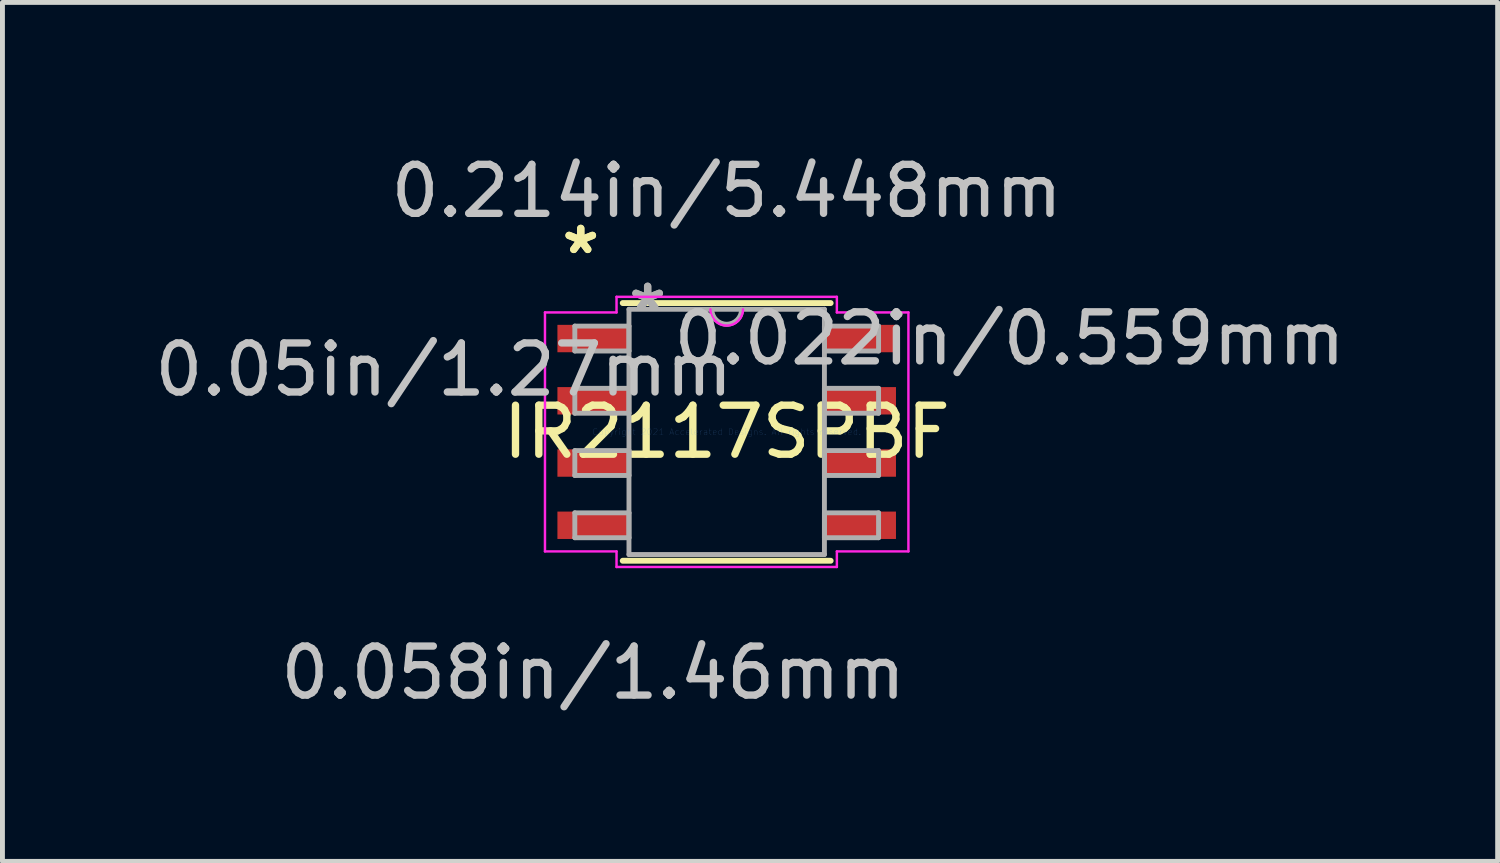
<source format=kicad_pcb>
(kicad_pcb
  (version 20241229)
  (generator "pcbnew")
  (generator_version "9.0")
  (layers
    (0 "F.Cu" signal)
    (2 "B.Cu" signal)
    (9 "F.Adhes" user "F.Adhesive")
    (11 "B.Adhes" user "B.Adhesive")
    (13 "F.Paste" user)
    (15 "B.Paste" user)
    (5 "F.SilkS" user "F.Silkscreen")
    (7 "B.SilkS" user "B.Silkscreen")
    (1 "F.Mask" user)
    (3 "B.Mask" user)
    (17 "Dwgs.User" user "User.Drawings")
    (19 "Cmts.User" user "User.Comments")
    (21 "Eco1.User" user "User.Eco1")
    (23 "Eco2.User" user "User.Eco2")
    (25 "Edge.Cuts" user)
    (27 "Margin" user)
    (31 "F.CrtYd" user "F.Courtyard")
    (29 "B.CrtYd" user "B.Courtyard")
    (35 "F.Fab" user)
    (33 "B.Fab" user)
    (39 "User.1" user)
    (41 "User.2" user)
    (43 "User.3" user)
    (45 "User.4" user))
  (footprint "IR2117SPBF"
    (layer "F.Cu")
    (at 11.778 5.763)
    (property "Reference" "IR2117SPBF" (at 0 0 0) (layer "F.SilkS") (effects (font (size 1 1) (thickness 0.15))))
    (attr through_hole)
    (fp_line (start -2.121 2.629) (end 2.121 2.629) (stroke (width 0.12) (type solid)) (layer "F.SilkS"))
    (fp_line (start 2.121 -2.629) (end -2.121 -2.629) (stroke (width 0.12) (type solid)) (layer "F.SilkS"))
    (fp_line (start -3.708 -2.438) (end -2.248 -2.438) (stroke (width 0.05) (type solid)) (layer "F.CrtYd"))
    (fp_line (start -3.708 2.438) (end -3.708 -2.438) (stroke (width 0.05) (type solid)) (layer "F.CrtYd"))
    (fp_line (start -2.248 -2.756) (end 2.248 -2.756) (stroke (width 0.05) (type solid)) (layer "F.CrtYd"))
    (fp_line (start -2.248 -2.438) (end -2.248 -2.756) (stroke (width 0.05) (type solid)) (layer "F.CrtYd"))
    (fp_line (start -2.248 2.438) (end -3.708 2.438) (stroke (width 0.05) (type solid)) (layer "F.CrtYd"))
    (fp_line (start -2.248 2.756) (end -2.248 2.438) (stroke (width 0.05) (type solid)) (layer "F.CrtYd"))
    (fp_line (start 2.248 -2.756) (end 2.248 -2.438) (stroke (width 0.05) (type solid)) (layer "F.CrtYd"))
    (fp_line (start 2.248 -2.438) (end 3.708 -2.438) (stroke (width 0.05) (type solid)) (layer "F.CrtYd"))
    (fp_line (start 2.248 2.438) (end 2.248 2.756) (stroke (width 0.05) (type solid)) (layer "F.CrtYd"))
    (fp_line (start 2.248 2.756) (end -2.248 2.756) (stroke (width 0.05) (type solid)) (layer "F.CrtYd"))
    (fp_line (start 3.708 -2.438) (end 3.708 2.438) (stroke (width 0.05) (type solid)) (layer "F.CrtYd"))
    (fp_line (start 3.708 2.438) (end 2.248 2.438) (stroke (width 0.05) (type solid)) (layer "F.CrtYd"))
    (fp_arc (start 0.332317 -2.5019) (mid 0 -2.169583) (end -0.332317 -2.5019) (stroke (width 0.05) (type solid)) (layer "F.CrtYd"))
    (fp_line (start -3.099 -2.159) (end -3.099 -1.651) (stroke (width 0.1) (type solid)) (layer "F.Fab"))
    (fp_line (start -3.099 -1.651) (end -1.994 -1.651) (stroke (width 0.1) (type solid)) (layer "F.Fab"))
    (fp_line (start -3.099 -0.889) (end -3.099 -0.381) (stroke (width 0.1) (type solid)) (layer "F.Fab"))
    (fp_line (start -3.099 -0.381) (end -1.994 -0.381) (stroke (width 0.1) (type solid)) (layer "F.Fab"))
    (fp_line (start -3.099 0.381) (end -3.099 0.889) (stroke (width 0.1) (type solid)) (layer "F.Fab"))
    (fp_line (start -3.099 0.889) (end -1.994 0.889) (stroke (width 0.1) (type solid)) (layer "F.Fab"))
    (fp_line (start -3.099 1.651) (end -3.099 2.159) (stroke (width 0.1) (type solid)) (layer "F.Fab"))
    (fp_line (start -3.099 2.159) (end -1.994 2.159) (stroke (width 0.1) (type solid)) (layer "F.Fab"))
    (fp_line (start -1.994 -2.502) (end -1.994 2.502) (stroke (width 0.1) (type solid)) (layer "F.Fab"))
    (fp_line (start -1.994 -2.159) (end -3.099 -2.159) (stroke (width 0.1) (type solid)) (layer "F.Fab"))
    (fp_line (start -1.994 -1.651) (end -1.994 -2.159) (stroke (width 0.1) (type solid)) (layer "F.Fab"))
    (fp_line (start -1.994 -0.889) (end -3.099 -0.889) (stroke (width 0.1) (type solid)) (layer "F.Fab"))
    (fp_line (start -1.994 -0.381) (end -1.994 -0.889) (stroke (width 0.1) (type solid)) (layer "F.Fab"))
    (fp_line (start -1.994 0.381) (end -3.099 0.381) (stroke (width 0.1) (type solid)) (layer "F.Fab"))
    (fp_line (start -1.994 0.889) (end -1.994 0.381) (stroke (width 0.1) (type solid)) (layer "F.Fab"))
    (fp_line (start -1.994 1.651) (end -3.099 1.651) (stroke (width 0.1) (type solid)) (layer "F.Fab"))
    (fp_line (start -1.994 2.159) (end -1.994 1.651) (stroke (width 0.1) (type solid)) (layer "F.Fab"))
    (fp_line (start -1.994 2.502) (end 1.994 2.502) (stroke (width 0.1) (type solid)) (layer "F.Fab"))
    (fp_line (start 1.994 -2.502) (end -1.994 -2.502) (stroke (width 0.1) (type solid)) (layer "F.Fab"))
    (fp_line (start 1.994 -2.159) (end 1.994 -1.651) (stroke (width 0.1) (type solid)) (layer "F.Fab"))
    (fp_line (start 1.994 -1.651) (end 3.099 -1.651) (stroke (width 0.1) (type solid)) (layer "F.Fab"))
    (fp_line (start 1.994 -0.889) (end 1.994 -0.381) (stroke (width 0.1) (type solid)) (layer "F.Fab"))
    (fp_line (start 1.994 -0.381) (end 3.099 -0.381) (stroke (width 0.1) (type solid)) (layer "F.Fab"))
    (fp_line (start 1.994 0.381) (end 1.994 0.889) (stroke (width 0.1) (type solid)) (layer "F.Fab"))
    (fp_line (start 1.994 0.889) (end 3.099 0.889) (stroke (width 0.1) (type solid)) (layer "F.Fab"))
    (fp_line (start 1.994 1.651) (end 1.994 2.159) (stroke (width 0.1) (type solid)) (layer "F.Fab"))
    (fp_line (start 1.994 2.159) (end 3.099 2.159) (stroke (width 0.1) (type solid)) (layer "F.Fab"))
    (fp_line (start 1.994 2.502) (end 1.994 -2.502) (stroke (width 0.1) (type solid)) (layer "F.Fab"))
    (fp_line (start 3.099 -2.159) (end 1.994 -2.159) (stroke (width 0.1) (type solid)) (layer "F.Fab"))
    (fp_line (start 3.099 -1.651) (end 3.099 -2.159) (stroke (width 0.1) (type solid)) (layer "F.Fab"))
    (fp_line (start 3.099 -0.889) (end 1.994 -0.889) (stroke (width 0.1) (type solid)) (layer "F.Fab"))
    (fp_line (start 3.099 -0.381) (end 3.099 -0.889) (stroke (width 0.1) (type solid)) (layer "F.Fab"))
    (fp_line (start 3.099 0.381) (end 1.994 0.381) (stroke (width 0.1) (type solid)) (layer "F.Fab"))
    (fp_line (start 3.099 0.889) (end 3.099 0.381) (stroke (width 0.1) (type solid)) (layer "F.Fab"))
    (fp_line (start 3.099 1.651) (end 1.994 1.651) (stroke (width 0.1) (type solid)) (layer "F.Fab"))
    (fp_line (start 3.099 2.159) (end 3.099 1.651) (stroke (width 0.1) (type solid)) (layer "F.Fab"))
    (fp_arc (start 0.3048 -2.5019) (mid 0 -2.1971) (end -0.3048 -2.5019) (stroke (width 0.1) (type solid)) (layer "F.Fab"))
    (fp_text user "*" (at -2.978 -3.607 0) (layer "F.SilkS") (effects (font (size 1 1) (thickness 0.15))))
    (fp_text user "*" (at -2.978 -3.607 0) (layer "F.SilkS") (effects (font (size 1 1) (thickness 0.15))))
    (fp_text user "0.058in/1.46mm" (at -2.724 4.915 0) (layer "Dwgs.User") (effects (font (size 1 1) (thickness 0.15))))
    (fp_text user "0.05in/1.27mm" (at -5.772 -1.27 0) (layer "Dwgs.User") (effects (font (size 1 1) (thickness 0.15))))
    (fp_text user "0.022in/0.559mm" (at 5.772 -1.905 0) (layer "Dwgs.User") (effects (font (size 1 1) (thickness 0.15))))
    (fp_text user "0.214in/5.448mm" (at 0 -4.915 0) (layer "Dwgs.User") (effects (font (size 1 1) (thickness 0.15))))
    (fp_text user "Copyright 2021 Accelerated Designs. All rights reserved." (at 0 0 0) (layer "Cmts.User") (effects (font (size 0.127 0.127) (thickness 0.002))))
    (fp_text user "*" (at -1.613 -2.426 0) (layer "F.Fab") (effects (font (size 1 1) (thickness 0.15))))
    (fp_text user "*" (at -1.613 -2.426 0) (layer "F.Fab") (effects (font (size 1 1) (thickness 0.15))))
    (pad "1" smd rect (at -2.724 -1.905) (size 1.46 0.559) (layers "F.Cu" "F.Mask" "F.Paste"))
    (pad "2" smd rect (at -2.724 -0.635) (size 1.46 0.559) (layers "F.Cu" "F.Mask" "F.Paste"))
    (pad "3" smd rect (at -2.724 0.635) (size 1.46 0.559) (layers "F.Cu" "F.Mask" "F.Paste"))
    (pad "4" smd rect (at -2.724 1.905) (size 1.46 0.559) (layers "F.Cu" "F.Mask" "F.Paste"))
    (pad "5" smd rect (at 2.724 1.905) (size 1.46 0.559) (layers "F.Cu" "F.Mask" "F.Paste"))
    (pad "6" smd rect (at 2.724 0.635) (size 1.46 0.559) (layers "F.Cu" "F.Mask" "F.Paste"))
    (pad "7" smd rect (at 2.724 -0.635) (size 1.46 0.559) (layers "F.Cu" "F.Mask" "F.Paste"))
    (pad "8" smd rect (at 2.724 -1.905) (size 1.46 0.559) (layers "F.Cu" "F.Mask" "F.Paste")))
  (gr_rect
    (start -3 -3)
    (end 27.509 14.526)
    (stroke (width 0.1) (type default))
    (fill no)
    (layer "Edge.Cuts")))
</source>
